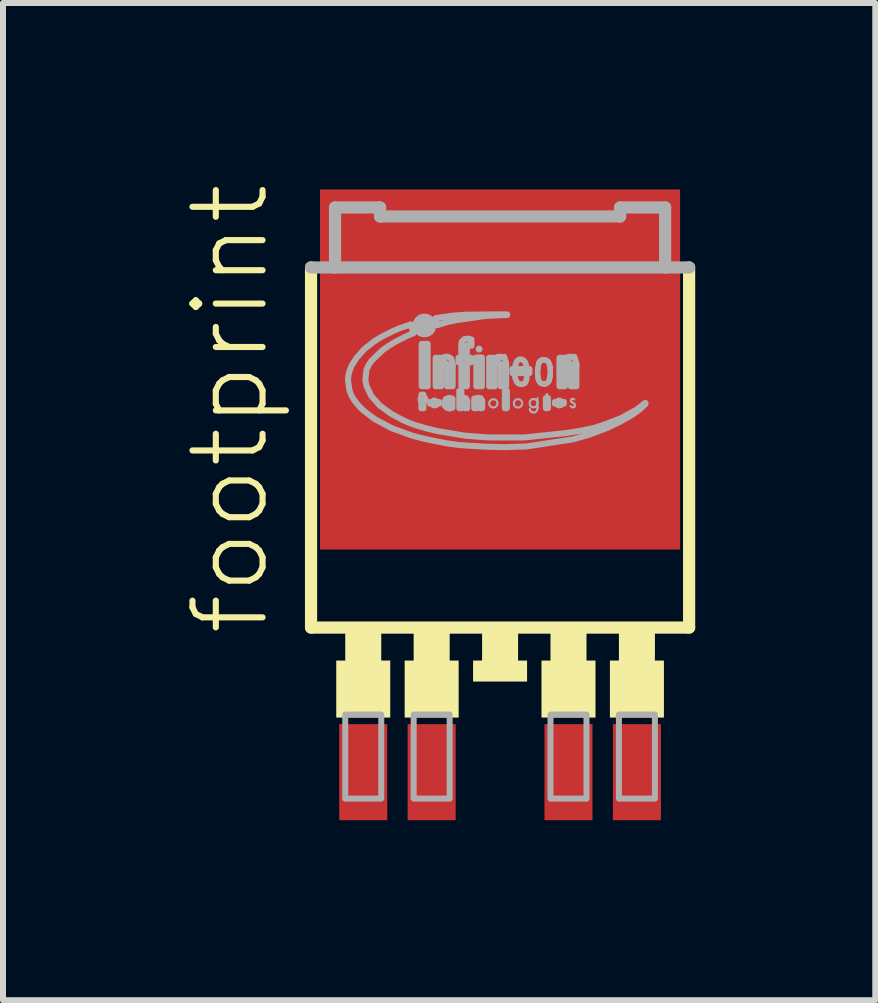
<source format=kicad_pcb>
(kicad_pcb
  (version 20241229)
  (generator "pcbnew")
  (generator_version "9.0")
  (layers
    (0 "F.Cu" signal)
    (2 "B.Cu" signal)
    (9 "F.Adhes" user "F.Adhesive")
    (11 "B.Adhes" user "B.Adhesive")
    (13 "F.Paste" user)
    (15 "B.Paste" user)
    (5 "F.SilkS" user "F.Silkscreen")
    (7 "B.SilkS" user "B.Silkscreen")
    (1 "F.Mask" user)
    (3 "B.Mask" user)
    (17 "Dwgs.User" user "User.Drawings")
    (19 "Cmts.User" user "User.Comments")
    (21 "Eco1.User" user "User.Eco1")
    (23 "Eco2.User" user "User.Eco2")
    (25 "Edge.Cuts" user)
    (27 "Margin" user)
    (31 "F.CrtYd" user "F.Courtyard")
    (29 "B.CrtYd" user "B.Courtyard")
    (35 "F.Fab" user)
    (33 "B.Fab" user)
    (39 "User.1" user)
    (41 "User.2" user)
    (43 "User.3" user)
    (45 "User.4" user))
  (footprint "footprint"
    (layer "F.Cu")
    (at 5.283 4.407)
    (property "Reference" "footprint" (at -3.81 3.175 90) (layer "F.SilkS") (effects (font (size 1.168 1.168) (thickness 0.102)) (justify left bottom)))
    (fp_line (start -3.15 3) (end -3.15 -3) (stroke (width 0.203) (type solid)) (layer "F.SilkS"))
    (fp_line (start 3.15 -3) (end 3.15 3) (stroke (width 0.203) (type solid)) (layer "F.SilkS"))
    (fp_line (start 3.15 3) (end -3.15 3) (stroke (width 0.203) (type solid)) (layer "F.SilkS"))
    (fp_poly (pts (xy -2.73 4.5) (xy -1.83 4.5) (xy -1.83 3.55) (xy -2.73 3.55)) (stroke (width 0) (type solid)) (fill yes) (layer "F.SilkS"))
    (fp_poly (pts (xy -2.58 3.85) (xy -1.98 3.85) (xy -1.98 3.05) (xy -2.58 3.05)) (stroke (width 0) (type solid)) (fill yes) (layer "F.SilkS"))
    (fp_poly (pts (xy -1.59 4.5) (xy -0.69 4.5) (xy -0.69 3.55) (xy -1.59 3.55)) (stroke (width 0) (type solid)) (fill yes) (layer "F.SilkS"))
    (fp_poly (pts (xy -1.44 3.85) (xy -0.84 3.85) (xy -0.84 3.05) (xy -1.44 3.05)) (stroke (width 0) (type solid)) (fill yes) (layer "F.SilkS"))
    (fp_poly (pts (xy -0.45 3.9) (xy 0.45 3.9) (xy 0.45 3.55) (xy -0.45 3.55)) (stroke (width 0) (type solid)) (fill yes) (layer "F.SilkS"))
    (fp_poly (pts (xy -0.3 3.85) (xy 0.3 3.85) (xy 0.3 3.05) (xy -0.3 3.05)) (stroke (width 0) (type solid)) (fill yes) (layer "F.SilkS"))
    (fp_poly (pts (xy 0.69 4.5) (xy 1.59 4.5) (xy 1.59 3.55) (xy 0.69 3.55)) (stroke (width 0) (type solid)) (fill yes) (layer "F.SilkS"))
    (fp_poly (pts (xy 0.84 3.85) (xy 1.44 3.85) (xy 1.44 3.05) (xy 0.84 3.05)) (stroke (width 0) (type solid)) (fill yes) (layer "F.SilkS"))
    (fp_poly (pts (xy 1.83 4.5) (xy 2.73 4.5) (xy 2.73 3.55) (xy 1.83 3.55)) (stroke (width 0) (type solid)) (fill yes) (layer "F.SilkS"))
    (fp_poly (pts (xy 1.98 3.85) (xy 2.58 3.85) (xy 2.58 3.05) (xy 1.98 3.05)) (stroke (width 0) (type solid)) (fill yes) (layer "F.SilkS"))
    (fp_line (start -3.15 -3) (end -2.75 -3) (stroke (width 0.203) (type solid)) (layer "F.Fab"))
    (fp_line (start -2.75 -4) (end -2 -4) (stroke (width 0.203) (type solid)) (layer "F.Fab"))
    (fp_line (start -2.75 -3) (end -2.75 -4) (stroke (width 0.203) (type solid)) (layer "F.Fab"))
    (fp_line (start -2.75 -3) (end 2.75 -3) (stroke (width 0.203) (type solid)) (layer "F.Fab"))
    (fp_line (start -2 -4) (end -2 -3.85) (stroke (width 0.203) (type solid)) (layer "F.Fab"))
    (fp_line (start -2 -3.85) (end 2 -3.85) (stroke (width 0.203) (type solid)) (layer "F.Fab"))
    (fp_line (start -1.034 -0.753) (end -1.034 -0.759) (stroke (width 0.035) (type solid)) (layer "F.Fab"))
    (fp_line (start 0.444 -1.292) (end 0.444 -1.315) (stroke (width 0.093) (type solid)) (layer "F.Fab"))
    (fp_line (start 1.046 -0.753) (end 1.046 -0.759) (stroke (width 0.035) (type solid)) (layer "F.Fab"))
    (fp_line (start 2 -4) (end 2.75 -4) (stroke (width 0.203) (type solid)) (layer "F.Fab"))
    (fp_line (start 2 -3.85) (end 2 -4) (stroke (width 0.203) (type solid)) (layer "F.Fab"))
    (fp_line (start 2.75 -4) (end 2.75 -3) (stroke (width 0.203) (type solid)) (layer "F.Fab"))
    (fp_line (start 2.75 -3) (end 3.15 -3) (stroke (width 0.203) (type solid)) (layer "F.Fab"))
    (fp_arc (start -1.1552 -0.759) (mid -1.141871 -0.79047) (end -1.1147 -0.8112) (stroke (width 0.0346) (type solid)) (layer "F.Fab"))
    (fp_arc (start -1.1552 -0.73) (mid -1.15523 -0.7445) (end -1.1552 -0.759) (stroke (width 0.0346) (type solid)) (layer "F.Fab"))
    (fp_arc (start -1.1321 -0.683699) (mid -1.148343 -0.704508) (end -1.1552 -0.73) (stroke (width 0.0346) (type solid)) (layer "F.Fab"))
    (fp_arc (start -1.1147 -0.811199) (mid -1.087882 -0.814759) (end -1.0625 -0.8054) (stroke (width 0.0346) (type solid)) (layer "F.Fab"))
    (fp_arc (start -1.0625 -0.8054) (mid -1.043249 -0.785191) (end -1.0336 -0.759) (stroke (width 0.0346) (type solid)) (layer "F.Fab"))
    (fp_arc (start -1.056699 -0.677899) (mid -1.095304 -0.669048) (end -1.1321 -0.6837) (stroke (width 0.0346) (type solid)) (layer "F.Fab"))
    (fp_arc (start -1.0336 -0.7069) (mid -1.043675 -0.691225) (end -1.0567 -0.6779) (stroke (width 0.0346) (type solid)) (layer "F.Fab"))
    (fp_arc (start 0.2469 -1.3326) (mid 0.251908 -1.358876) (end 0.2585 -1.3848) (stroke (width 0.0926) (type solid)) (layer "F.Fab"))
    (fp_arc (start 0.2527 -1.1588) (mid 0.241453 -1.245421) (end 0.2469 -1.3326) (stroke (width 0.0926) (type solid)) (layer "F.Fab"))
    (fp_arc (start 0.2585 -1.3848) (mid 0.266268 -1.4083) (end 0.2759 -1.4311) (stroke (width 0.0926) (type solid)) (layer "F.Fab"))
    (fp_arc (start 0.275898 -1.4311) (mid 0.325184 -1.470061) (end 0.386 -1.4543) (stroke (width 0.0926) (type solid)) (layer "F.Fab"))
    (fp_arc (start 0.2759 -1.1009) (mid 0.262035 -1.128943) (end 0.2527 -1.1588) (stroke (width 0.0926) (type solid)) (layer "F.Fab"))
    (fp_arc (start 0.2991 -1.0719) (mid 0.286496 -1.085597) (end 0.2759 -1.1009) (stroke (width 0.0926) (type solid)) (layer "F.Fab"))
    (fp_arc (start 0.3686 -1.054501) (mid 0.331865 -1.055273) (end 0.2991 -1.0719) (stroke (width 0.0926) (type solid)) (layer "F.Fab"))
    (fp_arc (start 0.386 -1.4543) (mid 0.397956 -1.443104) (end 0.4091 -1.4311) (stroke (width 0.0926) (type solid)) (layer "F.Fab"))
    (fp_arc (start 0.4091 -1.4311) (mid 0.415442 -1.422761) (end 0.4207 -1.4137) (stroke (width 0.0926) (type solid)) (layer "F.Fab"))
    (fp_arc (start 0.419299 -1.0805) (mid 0.396497 -1.062533) (end 0.3686 -1.0545) (stroke (width 0.0926) (type solid)) (layer "F.Fab"))
    (fp_arc (start 0.4207 -1.4137) (mid 0.438027 -1.365799) (end 0.4439 -1.3152) (stroke (width 0.0926) (type solid)) (layer "F.Fab"))
    (fp_arc (start 0.4411 -1.1381) (mid 0.434312 -1.107744) (end 0.4193 -1.0805) (stroke (width 0.0926) (type solid)) (layer "F.Fab"))
    (fp_arc (start 0.4439 -1.1936) (mid 0.443489 -1.1658) (end 0.4411 -1.1381) (stroke (width 0.0926) (type solid)) (layer "F.Fab"))
    (fp_arc (start 0.501899 -0.701101) (mid 0.491742 -0.738751) (end 0.5019 -0.7764) (stroke (width 0.0346) (type solid)) (layer "F.Fab"))
    (fp_arc (start 0.5019 -0.7764) (mid 0.511948 -0.789495) (end 0.525 -0.7996) (stroke (width 0.0346) (type solid)) (layer "F.Fab"))
    (fp_arc (start 0.5024 -0.6177) (mid 0.497822 -0.631162) (end 0.4963 -0.6453) (stroke (width 0.0346) (type solid)) (layer "F.Fab"))
    (fp_arc (start 0.5192 -0.5968) (mid 0.509483 -0.606191) (end 0.5024 -0.6177) (stroke (width 0.0346) (type solid)) (layer "F.Fab"))
    (fp_arc (start 0.524999 -0.799599) (mid 0.556899 -0.808249) (end 0.5888 -0.7996) (stroke (width 0.0346) (type solid)) (layer "F.Fab"))
    (fp_arc (start 0.525 -0.6779) (mid 0.511948 -0.688005) (end 0.5019 -0.7011) (stroke (width 0.0346) (type solid)) (layer "F.Fab"))
    (fp_arc (start 0.55 -0.5834) (mid 0.533744 -0.588133) (end 0.5192 -0.5968) (stroke (width 0.0346) (type solid)) (layer "F.Fab"))
    (fp_arc (start 0.577199 -0.6721) (mid 0.550482 -0.669442) (end 0.525 -0.6779) (stroke (width 0.0346) (type solid)) (layer "F.Fab"))
    (fp_arc (start 0.5888 -0.7996) (mid 0.597629 -0.794067) (end 0.6061 -0.788) (stroke (width 0.0346) (type solid)) (layer "F.Fab"))
    (fp_arc (start 0.5888 -0.591) (mid 0.570105 -0.583602) (end 0.55 -0.5834) (stroke (width 0.0346) (type solid)) (layer "F.Fab"))
    (fp_arc (start 0.6061 -0.788) (mid 0.618825 -0.772612) (end 0.6235 -0.7532) (stroke (width 0.0346) (type solid)) (layer "F.Fab"))
    (fp_arc (start 0.6119 -0.701101) (mid 0.597402 -0.683188) (end 0.5772 -0.6721) (stroke (width 0.0346) (type solid)) (layer "F.Fab"))
    (fp_arc (start 0.6177 -0.6258) (mid 0.606507 -0.605695) (end 0.5888 -0.591) (stroke (width 0.0346) (type solid)) (layer "F.Fab"))
    (fp_arc (start 0.6235 -0.8227) (mid 0.623817 -0.77925) (end 0.6235 -0.7358) (stroke (width 0.0346) (type solid)) (layer "F.Fab"))
    (fp_arc (start 0.6235 -0.7532) (mid 0.623704 -0.70685) (end 0.6235 -0.6605) (stroke (width 0.0346) (type solid)) (layer "F.Fab"))
    (fp_arc (start 0.6235 -0.7358) (mid 0.619124 -0.717974) (end 0.6119 -0.7011) (stroke (width 0.0346) (type solid)) (layer "F.Fab"))
    (fp_arc (start 0.6235 -0.6605) (mid 0.621953 -0.642924) (end 0.6177 -0.6258) (stroke (width 0.0346) (type solid)) (layer "F.Fab"))
    (fp_arc (start 0.6293 -1.3152) (mid 0.635705 -1.361981) (end 0.6467 -1.4079) (stroke (width 0.0926) (type solid)) (layer "F.Fab"))
    (fp_arc (start 0.6351 -1.153) (mid 0.627222 -1.233922) (end 0.6293 -1.3152) (stroke (width 0.0926) (type solid)) (layer "F.Fab"))
    (fp_arc (start 0.646699 -1.4079) (mid 0.668243 -1.442215) (end 0.7046 -1.4601) (stroke (width 0.0926) (type solid)) (layer "F.Fab"))
    (fp_arc (start 0.681499 -1.0719) (mid 0.649863 -1.104352) (end 0.6351 -1.1472) (stroke (width 0.0926) (type solid)) (layer "F.Fab"))
    (fp_arc (start 0.7046 -1.4601) (mid 0.7278 -1.462226) (end 0.751 -1.4601) (stroke (width 0.0926) (type solid)) (layer "F.Fab"))
    (fp_arc (start 0.750999 -1.4601) (mid 0.780642 -1.448078) (end 0.8031 -1.4253) (stroke (width 0.0926) (type solid)) (layer "F.Fab"))
    (fp_arc (start 0.7568 -1.0603) (mid 0.717896 -1.05796) (end 0.6815 -1.0719) (stroke (width 0.0926) (type solid)) (layer "F.Fab"))
    (fp_arc (start 0.803099 -1.4253) (mid 0.822312 -1.386435) (end 0.8321 -1.3442) (stroke (width 0.0926) (type solid)) (layer "F.Fab"))
    (fp_arc (start 0.814699 -1.1124) (mid 0.791857 -1.079563) (end 0.7568 -1.0603) (stroke (width 0.0926) (type solid)) (layer "F.Fab"))
    (fp_arc (start 0.8321 -1.3442) (mid 0.836656 -1.2631) (end 0.8321 -1.182) (stroke (width 0.0926) (type solid)) (layer "F.Fab"))
    (fp_arc (start 0.8321 -1.182) (mid 0.82571 -1.146623) (end 0.8147 -1.1124) (stroke (width 0.0926) (type solid)) (layer "F.Fab"))
    (fp_arc (start 0.924799 -0.759) (mid 0.938115 -0.79048) (end 0.9653 -0.8112) (stroke (width 0.0346) (type solid)) (layer "F.Fab"))
    (fp_arc (start 0.9248 -0.73) (mid 0.92477 -0.7445) (end 0.9248 -0.759) (stroke (width 0.0346) (type solid)) (layer "F.Fab"))
    (fp_arc (start 0.947899 -0.6837) (mid 0.931656 -0.704509) (end 0.9248 -0.73) (stroke (width 0.0346) (type solid)) (layer "F.Fab"))
    (fp_arc (start 0.9653 -0.8112) (mid 0.992118 -0.814759) (end 1.0175 -0.8054) (stroke (width 0.0346) (type solid)) (layer "F.Fab"))
    (fp_arc (start 1.017499 -0.805401) (mid 1.036751 -0.785191) (end 1.0464 -0.759) (stroke (width 0.0346) (type solid)) (layer "F.Fab"))
    (fp_arc (start 1.0233 -0.6779) (mid 0.984696 -0.669049) (end 0.9479 -0.6837) (stroke (width 0.0346) (type solid)) (layer "F.Fab"))
    (fp_arc (start 1.0464 -0.7069) (mid 1.036317 -0.691232) (end 1.0233 -0.6779) (stroke (width 0.0346) (type solid)) (layer "F.Fab"))
    (fp_arc (start 1.1797 -0.7822) (mid 1.183114 -0.794993) (end 1.191301 -0.8054) (stroke (width 0.0346) (type solid)) (layer "F.Fab"))
    (fp_arc (start 1.1913 -0.8054) (mid 1.202226 -0.810996) (end 1.2145 -0.811199) (stroke (width 0.0346) (type solid)) (layer "F.Fab"))
    (fp_arc (start 1.1913 -0.759) (mid 1.18242 -0.769059) (end 1.1797 -0.782199) (stroke (width 0.0346) (type solid)) (layer "F.Fab"))
    (fp_arc (start 1.1971 -0.6721) (mid 1.184939 -0.67999) (end 1.174 -0.6895) (stroke (width 0.0346) (type solid)) (layer "F.Fab"))
    (fp_arc (start 1.2145 -0.8112) (mid 1.226836 -0.806871) (end 1.2377 -0.7996) (stroke (width 0.0346) (type solid)) (layer "F.Fab"))
    (fp_arc (start 1.2203 -0.7416) (mid 1.205588 -0.749947) (end 1.1913 -0.759) (stroke (width 0.0346) (type solid)) (layer "F.Fab"))
    (fp_arc (start 1.2203 -0.7416) (mid 1.233592 -0.731749) (end 1.2435 -0.7185) (stroke (width 0.0346) (type solid)) (layer "F.Fab"))
    (fp_arc (start 1.237699 -0.677901) (mid 1.21838 -0.66814) (end 1.1971 -0.6721) (stroke (width 0.0346) (type solid)) (layer "F.Fab"))
    (fp_arc (start 1.243499 -0.718499) (mid 1.24732 -0.69724) (end 1.2377 -0.6779) (stroke (width 0.0346) (type solid)) (layer "F.Fab"))
    (fp_circle (center -1.26 -2.034) (end -1.161 -2.034) (stroke (width 0.197) (type solid)) (fill no) (layer "F.Fab"))
    (fp_circle (center -0.35 -1.64) (end -0.321 -1.64) (stroke (width 0.058) (type solid)) (fill no) (layer "F.Fab"))
    (fp_circle (center -0.112 -0.736) (end -0.043 -0.736) (stroke (width 0.035) (type solid)) (fill no) (layer "F.Fab"))
    (fp_circle (center -0.106 -0.736) (end -0.037 -0.736) (stroke (width 0.012) (type solid)) (fill no) (layer "F.Fab"))
    (fp_circle (center 0.299 -0.736) (end 0.369 -0.736) (stroke (width 0.035) (type solid)) (fill no) (layer "F.Fab"))
    (fp_circle (center 0.78 -0.881) (end 0.793 -0.881) (stroke (width 0.026) (type solid)) (fill no) (layer "F.Fab"))
    (fp_poly (pts (xy -2.58 5.85) (xy -1.98 5.85) (xy -1.98 4.45) (xy -2.58 4.45)) (stroke (width 0.1) (type solid)) (fill no) (layer "F.Fab"))
    (fp_poly (pts (xy -1.44 5.85) (xy -0.84 5.85) (xy -0.84 4.45) (xy -1.44 4.45)) (stroke (width 0.1) (type solid)) (fill no) (layer "F.Fab"))
    (fp_poly (pts (xy -1.323 -0.788) (xy -1.248 -0.788) (xy -1.248 -0.817) (xy -1.323 -0.817)) (stroke (width 0.1) (type solid)) (fill no) (layer "F.Fab"))
    (fp_poly (pts (xy -1.312 -0.655) (xy -1.277 -0.655) (xy -1.277 -0.881) (xy -1.312 -0.881)) (stroke (width 0.1) (type solid)) (fill no) (layer "F.Fab"))
    (fp_poly (pts (xy -1.306 -1.02) (xy -1.207 -1.02) (xy -1.207 -1.727) (xy -1.306 -1.727)) (stroke (width 0.1) (type solid)) (fill no) (layer "F.Fab"))
    (fp_poly (pts (xy -1.167 -0.73) (xy -1.016 -0.73) (xy -1.016 -0.759) (xy -1.167 -0.759)) (stroke (width 0.1) (type solid)) (fill no) (layer "F.Fab"))
    (fp_poly (pts (xy -1.074 -1.02) (xy -0.981 -1.02) (xy -0.981 -1.495) (xy -1.074 -1.495)) (stroke (width 0.1) (type solid)) (fill no) (layer "F.Fab"))
    (fp_poly (pts (xy -0.883 -1.02) (xy -0.79 -1.02) (xy -0.79 -1.379) (xy -0.883 -1.379)) (stroke (width 0.1) (type solid)) (fill no) (layer "F.Fab"))
    (fp_poly (pts (xy -0.692 -1.419) (xy -0.483 -1.419) (xy -0.483 -1.495) (xy -0.692 -1.495)) (stroke (width 0.1) (type solid)) (fill no) (layer "F.Fab"))
    (fp_poly (pts (xy -0.68 -0.655) (xy -0.645 -0.655) (xy -0.645 -0.944) (xy -0.68 -0.944)) (stroke (width 0.1) (type solid)) (fill no) (layer "F.Fab"))
    (fp_poly (pts (xy -0.645 -1.02) (xy -0.553 -1.02) (xy -0.553 -1.686) (xy -0.645 -1.686)) (stroke (width 0.1) (type solid)) (fill no) (layer "F.Fab"))
    (fp_poly (pts (xy -0.582 -0.655) (xy -0.547 -0.655) (xy -0.547 -0.776) (xy -0.582 -0.776)) (stroke (width 0.1) (type solid)) (fill no) (layer "F.Fab"))
    (fp_poly (pts (xy -0.431 -0.655) (xy -0.396 -0.655) (xy -0.396 -0.817) (xy -0.431 -0.817)) (stroke (width 0.1) (type solid)) (fill no) (layer "F.Fab"))
    (fp_poly (pts (xy -0.396 -1.02) (xy -0.303 -1.02) (xy -0.303 -1.501) (xy -0.396 -1.501)) (stroke (width 0.1) (type solid)) (fill no) (layer "F.Fab"))
    (fp_poly (pts (xy -0.333 -0.655) (xy -0.298 -0.655) (xy -0.298 -0.776) (xy -0.333 -0.776)) (stroke (width 0.1) (type solid)) (fill no) (layer "F.Fab"))
    (fp_poly (pts (xy -0.182 -1.02) (xy -0.089 -1.02) (xy -0.089 -1.495) (xy -0.182 -1.495)) (stroke (width 0.1) (type solid)) (fill no) (layer "F.Fab"))
    (fp_poly (pts (xy 0.009 -1.02) (xy 0.102 -1.02) (xy 0.102 -1.373) (xy 0.009 -1.373)) (stroke (width 0.1) (type solid)) (fill no) (layer "F.Fab"))
    (fp_poly (pts (xy 0.079 -0.655) (xy 0.114 -0.655) (xy 0.114 -0.944) (xy 0.079 -0.944)) (stroke (width 0.1) (type solid)) (fill no) (layer "F.Fab"))
    (fp_poly (pts (xy 0.206 -1.24) (xy 0.49 -1.24) (xy 0.49 -1.309) (xy 0.206 -1.309)) (stroke (width 0.1) (type solid)) (fill no) (layer "F.Fab"))
    (fp_poly (pts (xy 0.763 -0.655) (xy 0.797 -0.655) (xy 0.797 -0.823) (xy 0.763 -0.823)) (stroke (width 0.1) (type solid)) (fill no) (layer "F.Fab"))
    (fp_poly (pts (xy 0.84 5.85) (xy 1.44 5.85) (xy 1.44 4.45) (xy 0.84 4.45)) (stroke (width 0.1) (type solid)) (fill no) (layer "F.Fab"))
    (fp_poly (pts (xy 0.913 -0.73) (xy 1.064 -0.73) (xy 1.064 -0.759) (xy 0.913 -0.759)) (stroke (width 0.1) (type solid)) (fill no) (layer "F.Fab"))
    (fp_poly (pts (xy 0.989 -1.02) (xy 1.081 -1.02) (xy 1.081 -1.495) (xy 0.989 -1.495)) (stroke (width 0.1) (type solid)) (fill no) (layer "F.Fab"))
    (fp_poly (pts (xy 1.18 -1.02) (xy 1.272 -1.02) (xy 1.272 -1.379) (xy 1.18 -1.379)) (stroke (width 0.1) (type solid)) (fill no) (layer "F.Fab"))
    (fp_poly (pts (xy 1.98 5.85) (xy 2.58 5.85) (xy 2.58 4.45) (xy 1.98 4.45)) (stroke (width 0.1) (type solid)) (fill no) (layer "F.Fab"))
    (fp_poly (pts (xy -0.575 -0.823) (xy -0.576 -0.817) (xy -0.571 -0.82) (xy -0.547 -0.778) (xy -0.547 -0.752) (xy -0.579 -0.76) (xy -0.607 -0.793) (xy -0.626 -0.79) (xy -0.64 -0.773) (xy -0.654 -0.733) (xy -0.659 -0.771) (xy -0.657 -0.784) (xy -0.652 -0.797) (xy -0.644 -0.81) (xy -0.611 -0.829)) (stroke (width 0.1) (type solid)) (fill no) (layer "F.Fab"))
    (fp_poly (pts (xy -0.499 -1.808) (xy -0.477 -1.8) (xy -0.477 -1.695) (xy -0.513 -1.709) (xy -0.534 -1.709) (xy -0.547 -1.701) (xy -0.553 -1.685) (xy -0.553 -1.675) (xy -0.645 -1.675) (xy -0.645 -1.721) (xy -0.645 -1.742) (xy -0.639 -1.765) (xy -0.593 -1.804) (xy -0.594 -1.807) (xy -0.544 -1.815)) (stroke (width 0.1) (type solid)) (fill no) (layer "F.Fab"))
    (fp_poly (pts (xy -0.326 -0.823) (xy -0.327 -0.817) (xy -0.322 -0.82) (xy -0.298 -0.778) (xy -0.298 -0.752) (xy -0.33 -0.76) (xy -0.358 -0.793) (xy -0.377 -0.79) (xy -0.391 -0.773) (xy -0.405 -0.733) (xy -0.409 -0.771) (xy -0.408 -0.784) (xy -0.403 -0.797) (xy -0.395 -0.81) (xy -0.362 -0.829)) (stroke (width 0.1) (type solid)) (fill no) (layer "F.Fab"))
    (fp_poly (pts (xy 0.119 -2.208) (xy -0.187 -2.197) (xy -0.263 -2.189) (xy -0.338 -2.179) (xy -0.535 -2.15) (xy -0.731 -2.121) (xy -0.842 -2.1) (xy -0.951 -2.069) (xy -1.043 -2.039) (xy -1.075 -2.154) (xy -0.939 -2.176) (xy -0.808 -2.195) (xy -0.582 -2.213) (xy -0.083 -2.218) (xy 0.119 -2.218)) (stroke (width 0.1) (type solid)) (fill no) (layer "F.Fab"))
    (fp_poly (pts (xy -0.864 -1.511) (xy -0.815 -1.481) (xy -0.791 -1.403) (xy -0.791 -1.368) (xy -0.881 -1.362) (xy -0.893 -1.394) (xy -0.914 -1.414) (xy -0.961 -1.414) (xy -0.992 -1.36) (xy -0.992 -1.368) (xy -1.001 -1.371) (xy -1.004 -1.378) (xy -1 -1.422) (xy -0.986 -1.463) (xy -0.94 -1.503) (xy -0.941 -1.505) (xy -0.901 -1.513)) (stroke (width 0.1) (type solid)) (fill no) (layer "F.Fab"))
    (fp_poly (pts (xy 0.028 -1.511) (xy 0.068 -1.487) (xy 0.068 -1.511) (xy 0.101 -1.403) (xy 0.101 -1.368) (xy 0.012 -1.362) (xy -0.001 -1.394) (xy -0.022 -1.414) (xy -0.069 -1.414) (xy -0.1 -1.36) (xy -0.1 -1.368) (xy -0.109 -1.371) (xy -0.112 -1.378) (xy -0.107 -1.422) (xy -0.093 -1.463) (xy -0.048 -1.503) (xy -0.048 -1.505) (xy -0.009 -1.513)) (stroke (width 0.1) (type solid)) (fill no) (layer "F.Fab"))
    (fp_poly (pts (xy 1.199 -1.511) (xy 1.238 -1.487) (xy 1.238 -1.511) (xy 1.27 -1.407) (xy 1.272 -1.407) (xy 1.272 -1.368) (xy 1.182 -1.362) (xy 1.17 -1.394) (xy 1.149 -1.414) (xy 1.102 -1.414) (xy 1.08 -1.376) (xy 1.071 -1.367) (xy 1.062 -1.371) (xy 1.059 -1.378) (xy 1.063 -1.422) (xy 1.077 -1.463) (xy 1.097 -1.489) (xy 1.122 -1.503) (xy 1.122 -1.505) (xy 1.162 -1.513)) (stroke (width 0.1) (type solid)) (fill no) (layer "F.Fab"))
    (fp_poly (pts (xy -0.807 -0.82) (xy -0.793 -0.813) (xy -0.793 -0.765) (xy -0.831 -0.791) (xy -0.87 -0.785) (xy -0.892 -0.758) (xy -0.893 -0.745) (xy -0.892 -0.731) (xy -0.869 -0.698) (xy -0.836 -0.688) (xy -0.803 -0.704) (xy -0.793 -0.714) (xy -0.793 -0.664) (xy -0.842 -0.649) (xy -0.89 -0.664) (xy -0.921 -0.697) (xy -0.932 -0.742) (xy -0.903 -0.807) (xy -0.9 -0.805) (xy -0.901 -0.808) (xy -0.856 -0.828)) (stroke (width 0.1) (type solid)) (fill no) (layer "F.Fab"))
    (fp_poly (pts (xy -1.444 -1.903) (xy -1.493 -1.885) (xy -1.535 -1.867) (xy -1.744 -1.763) (xy -1.856 -1.694) (xy -1.963 -1.618) (xy -2.142 -1.445) (xy -2.192 -1.372) (xy -2.228 -1.291) (xy -2.245 -1.124) (xy -2.228 -1.033) (xy -2.147 -0.86) (xy -2.004 -0.699) (xy -1.813 -0.561) (xy -1.617 -0.456) (xy -1.511 -0.409) (xy -1.403 -0.37) (xy -1.219 -0.316) (xy -1.033 -0.272) (xy -0.575 -0.196) (xy -0.176 -0.167) (xy 0.397 -0.167) (xy 1.115 -0.243) (xy 1.358 -0.283) (xy 1.567 -0.326) (xy 1.769 -0.393) (xy 2.018 -0.491) (xy 2.272 -0.63) (xy 2.342 -0.683) (xy 2.412 -0.741) (xy 2.423 -0.741) (xy 2.426 -0.733) (xy 2.424 -0.727) (xy 2.325 -0.632) (xy 2.214 -0.552) (xy 2.009 -0.434) (xy 1.796 -0.331) (xy 1.505 -0.219) (xy 1.204 -0.134) (xy 0.449 -0.019) (xy 0.067 -0.006) (xy -0.272 -0.015) (xy -0.611 -0.036) (xy -0.751 -0.05) (xy -0.89 -0.07) (xy -1.162 -0.123) (xy -1.314 -0.158) (xy -1.464 -0.198) (xy -1.8 -0.32) (xy -2.085 -0.471) (xy -2.277 -0.616) (xy -2.357 -0.697) (xy -2.428 -0.785) (xy -2.477 -0.866) (xy -2.51 -0.955) (xy -2.534 -1.118) (xy -2.527 -1.204) (xy -2.504 -1.288) (xy -2.49 -1.326) (xy -2.475 -1.364) (xy -2.393 -1.492) (xy -2.349 -1.541) (xy -2.306 -1.591) (xy -2.273 -1.628) (xy -2.236 -1.661) (xy -2.108 -1.76) (xy -2.034 -1.809) (xy -1.957 -1.853) (xy -1.859 -1.903) (xy -1.76 -1.951) (xy -1.661 -1.992) (xy -1.488 -2.052)) (stroke (width 0.1) (type solid)) (fill no) (layer "F.Fab"))
    (pad "1" smd rect (at -2.28 5.41) (size 0.8 1.6) (layers "F.Cu" "F.Mask" "F.Paste"))
    (pad "2" smd rect (at -1.14 5.41) (size 0.8 1.6) (layers "F.Cu" "F.Mask" "F.Paste"))
    (pad "4" smd rect (at 1.14 5.41) (size 0.8 1.6) (layers "F.Cu" "F.Mask" "F.Paste"))
    (pad "5" smd rect (at 2.28 5.41) (size 0.8 1.6) (layers "F.Cu" "F.Mask" "F.Paste"))
    (pad "TAB" smd rect (at 0 -1.3) (size 6 6) (layers "F.Cu" "F.Mask" "F.Paste")))
  (gr_rect
    (start -3 -3)
    (end 11.535 13.617)
    (stroke (width 0.1) (type default))
    (fill no)
    (layer "Edge.Cuts")))
</source>
